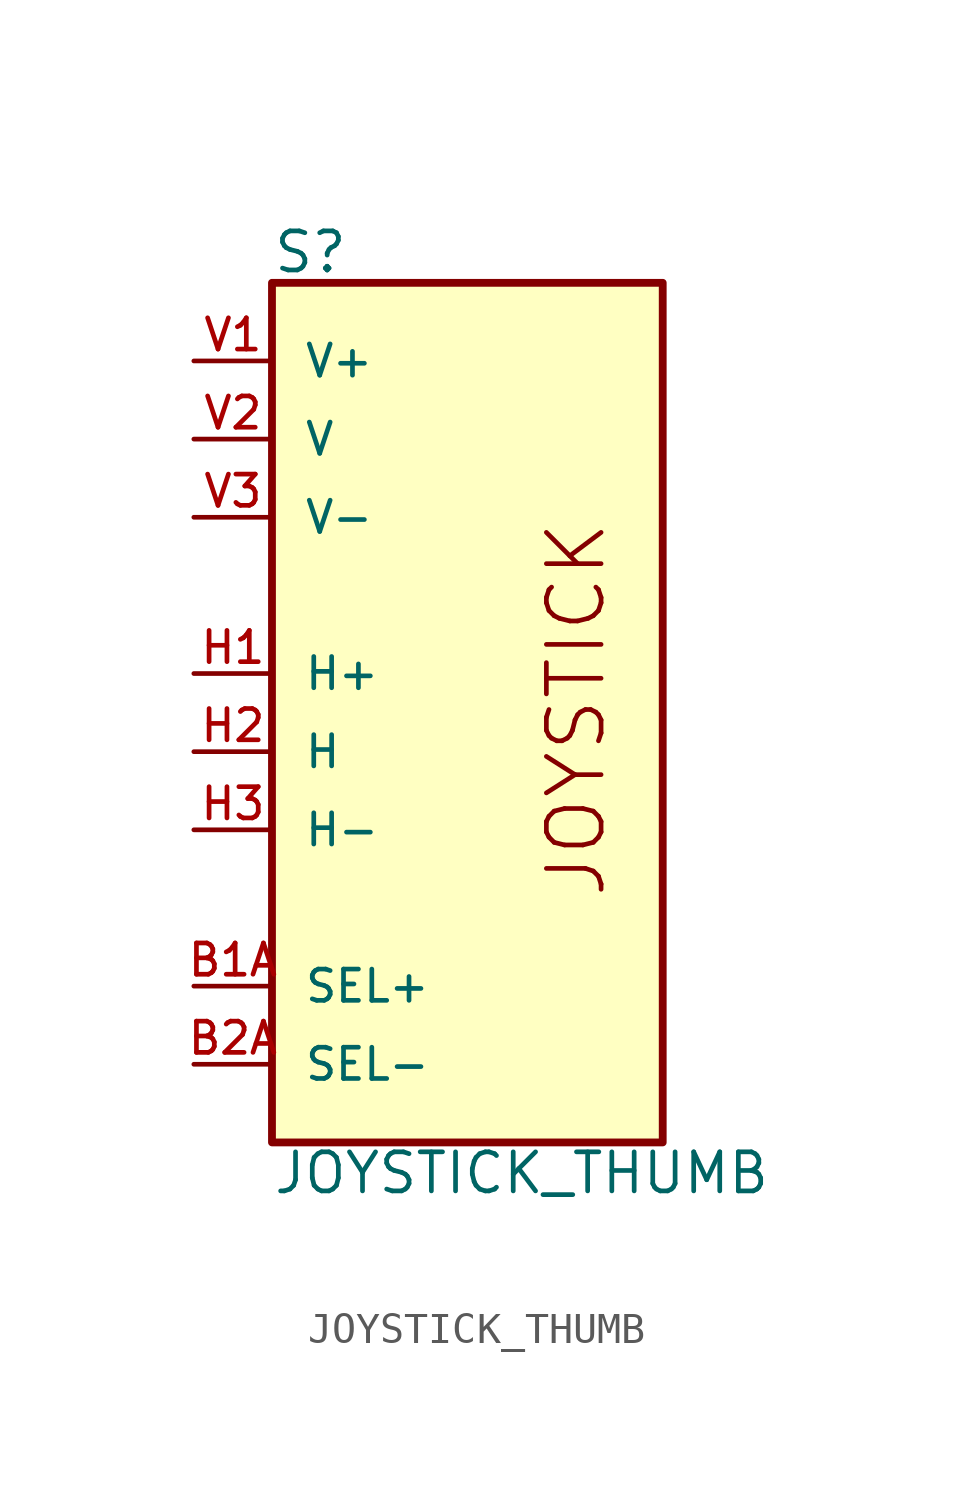
<source format=kicad_sym>
(kicad_symbol_lib
  (version 20211014)
  (generator kicad_symbol_editor)
  (symbol "JOYSTICK_THUMB"
    (pin_names
      (offset 1.016))
    (property "Reference" "S"
      (at -7.62 12.954 0)
      (effects (font (size 1.27 1.27)) (justify bottom left)))
    (property "Value" "JOYSTICK_THUMB"
      (at -7.62 -15.494 0)
      (effects (font (size 1.27 1.27)) (justify top left)))
    (symbol "JOYSTICK_THUMB_0_0"
      (text "JOYSTICK" (at 3.302 -7.366 900) (effects (font (size 1.778 1.778)) (justify bottom left)))
      (rectangle (start -7.62 -15.24) (end 5.08 12.7) (stroke (width 0.254)) (fill (type background)))
      (pin bidirectional line (at -10.16 10.16 0) (length 2.54) (name "V+" (effects (font (size 1.016 1.016)))) (number "V1" (effects (font (size 1.016 1.016)))))
      (pin bidirectional line (at -10.16 7.62 0) (length 2.54) (name "V" (effects (font (size 1.016 1.016)))) (number "V2" (effects (font (size 1.016 1.016)))))
      (pin bidirectional line (at -10.16 5.08 0) (length 2.54) (name "V-" (effects (font (size 1.016 1.016)))) (number "V3" (effects (font (size 1.016 1.016)))))
      (pin bidirectional line (at -10.16 0.0 0) (length 2.54) (name "H+" (effects (font (size 1.016 1.016)))) (number "H1" (effects (font (size 1.016 1.016)))))
      (pin bidirectional line (at -10.16 -2.54 0) (length 2.54) (name "H" (effects (font (size 1.016 1.016)))) (number "H2" (effects (font (size 1.016 1.016)))))
      (pin bidirectional line (at -10.16 -5.08 0) (length 2.54) (name "H-" (effects (font (size 1.016 1.016)))) (number "H3" (effects (font (size 1.016 1.016)))))
      (pin bidirectional line (at -10.16 -10.16 0) (length 2.54) (name "SEL+" (effects (font (size 1.016 1.016)))) (number "B1A" (effects (font (size 1.016 1.016)))))
      (pin bidirectional line (at -10.16 -12.7 0) (length 2.54) (name "SEL-" (effects (font (size 1.016 1.016)))) (number "B2A" (effects (font (size 1.016 1.016))))))))
</source>
